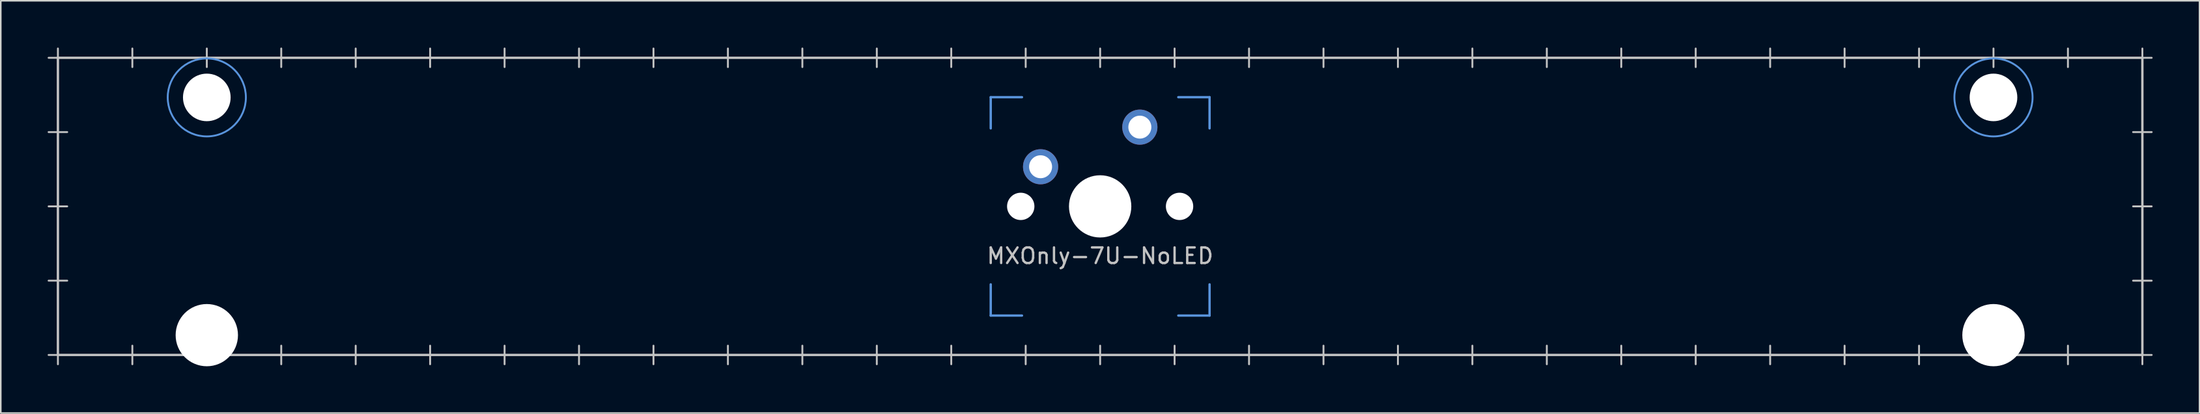
<source format=kicad_pcb>
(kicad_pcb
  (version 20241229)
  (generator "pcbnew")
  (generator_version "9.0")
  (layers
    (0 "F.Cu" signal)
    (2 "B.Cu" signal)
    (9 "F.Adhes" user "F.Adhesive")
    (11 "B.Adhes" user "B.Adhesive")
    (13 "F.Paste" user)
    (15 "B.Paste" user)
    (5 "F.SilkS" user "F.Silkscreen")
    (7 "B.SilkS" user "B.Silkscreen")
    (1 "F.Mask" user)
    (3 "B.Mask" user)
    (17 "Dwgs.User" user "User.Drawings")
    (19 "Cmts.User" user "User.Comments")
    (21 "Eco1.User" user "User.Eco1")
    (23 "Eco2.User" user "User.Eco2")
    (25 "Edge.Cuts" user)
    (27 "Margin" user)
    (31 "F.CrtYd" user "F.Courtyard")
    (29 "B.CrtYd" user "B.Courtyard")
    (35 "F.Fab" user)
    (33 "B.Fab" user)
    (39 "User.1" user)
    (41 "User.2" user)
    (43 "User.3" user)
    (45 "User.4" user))
  (footprint "MXOnly-7U-NoLED"
    (layer "F.Cu")
    (at 67.33 10.18)
    (property "Reference" "MXOnly-7U-NoLED" (at 0 3.175 0) (layer "Dwgs.User") (effects (font (size 1 1) (thickness 0.15))))
    (attr through_hole)
    (fp_line (start -67.27 -9.525) (end -66.675 -9.525) (stroke (width 0.12) (type solid)) (layer "Dwgs.User"))
    (fp_line (start -67.27 -0.000008) (end -66.08 -0.000008) (stroke (width 0.12) (type solid)) (layer "Dwgs.User"))
    (fp_line (start -67.27 4.762) (end -66.08 4.762) (stroke (width 0.12) (type solid)) (layer "Dwgs.User"))
    (fp_line (start -67.27 9.525) (end -66.675 9.525) (stroke (width 0.12) (type solid)) (layer "Dwgs.User"))
    (fp_line (start -66.675 10.12) (end -66.675 9.525) (stroke (width 0.12) (type solid)) (layer "Dwgs.User"))
    (fp_line (start -66.675 -10.12) (end -66.675 -9.525) (stroke (width 0.12) (type solid)) (layer "Dwgs.User"))
    (fp_line (start -66.675 -9.525) (end 66.675 -9.525) (stroke (width 0.15) (type solid)) (layer "Dwgs.User"))
    (fp_line (start -66.675 9.525) (end -66.675 -9.525) (stroke (width 0.15) (type solid)) (layer "Dwgs.User"))
    (fp_line (start -66.675 9.525) (end 66.675 9.525) (stroke (width 0.15) (type solid)) (layer "Dwgs.User"))
    (fp_line (start -66.08 -4.763) (end -67.27 -4.763) (stroke (width 0.12) (type solid)) (layer "Dwgs.User"))
    (fp_line (start -61.913 8.93) (end -61.913 10.12) (stroke (width 0.12) (type solid)) (layer "Dwgs.User"))
    (fp_line (start -61.913 -10.12) (end -61.913 -8.93) (stroke (width 0.12) (type solid)) (layer "Dwgs.User"))
    (fp_line (start -57.15 8.93) (end -57.15 10.12) (stroke (width 0.12) (type solid)) (layer "Dwgs.User"))
    (fp_line (start -57.15 -10.12) (end -57.15 -8.93) (stroke (width 0.12) (type solid)) (layer "Dwgs.User"))
    (fp_line (start -52.388 10.12) (end -52.388 8.93) (stroke (width 0.12) (type solid)) (layer "Dwgs.User"))
    (fp_line (start -52.388 -8.93) (end -52.388 -10.12) (stroke (width 0.12) (type solid)) (layer "Dwgs.User"))
    (fp_line (start -47.625 8.93) (end -47.625 10.12) (stroke (width 0.12) (type solid)) (layer "Dwgs.User"))
    (fp_line (start -47.625 -10.12) (end -47.625 -8.93) (stroke (width 0.12) (type solid)) (layer "Dwgs.User"))
    (fp_line (start -42.863 10.12) (end -42.863 8.93) (stroke (width 0.12) (type solid)) (layer "Dwgs.User"))
    (fp_line (start -42.863 -8.93) (end -42.863 -10.12) (stroke (width 0.12) (type solid)) (layer "Dwgs.User"))
    (fp_line (start -38.1 8.93) (end -38.1 10.12) (stroke (width 0.12) (type solid)) (layer "Dwgs.User"))
    (fp_line (start -38.1 -10.12) (end -38.1 -8.93) (stroke (width 0.12) (type solid)) (layer "Dwgs.User"))
    (fp_line (start -33.338 10.12) (end -33.338 8.93) (stroke (width 0.12) (type solid)) (layer "Dwgs.User"))
    (fp_line (start -33.338 -8.93) (end -33.338 -10.12) (stroke (width 0.12) (type solid)) (layer "Dwgs.User"))
    (fp_line (start -28.575 8.93) (end -28.575 10.12) (stroke (width 0.12) (type solid)) (layer "Dwgs.User"))
    (fp_line (start -28.575 -10.12) (end -28.575 -8.93) (stroke (width 0.12) (type solid)) (layer "Dwgs.User"))
    (fp_line (start -23.813 10.12) (end -23.813 8.93) (stroke (width 0.12) (type solid)) (layer "Dwgs.User"))
    (fp_line (start -23.813 -8.93) (end -23.813 -10.12) (stroke (width 0.12) (type solid)) (layer "Dwgs.User"))
    (fp_line (start -19.05 8.93) (end -19.05 10.12) (stroke (width 0.12) (type solid)) (layer "Dwgs.User"))
    (fp_line (start -19.05 -10.12) (end -19.05 -8.93) (stroke (width 0.12) (type solid)) (layer "Dwgs.User"))
    (fp_line (start -14.288 10.12) (end -14.288 8.93) (stroke (width 0.12) (type solid)) (layer "Dwgs.User"))
    (fp_line (start -14.288 -8.93) (end -14.288 -10.12) (stroke (width 0.12) (type solid)) (layer "Dwgs.User"))
    (fp_line (start -9.525 -8.93) (end -9.525 -10.12) (stroke (width 0.12) (type solid)) (layer "Dwgs.User"))
    (fp_line (start -9.525 10.12) (end -9.525 8.93) (stroke (width 0.12) (type solid)) (layer "Dwgs.User"))
    (fp_line (start -4.763 -10.12) (end -4.763 -8.93) (stroke (width 0.12) (type solid)) (layer "Dwgs.User"))
    (fp_line (start -4.763 8.93) (end -4.763 10.12) (stroke (width 0.12) (type solid)) (layer "Dwgs.User"))
    (fp_line (start 0 -8.93) (end 0 -10.12) (stroke (width 0.12) (type solid)) (layer "Dwgs.User"))
    (fp_line (start 0 10.12) (end 0 8.93) (stroke (width 0.12) (type solid)) (layer "Dwgs.User"))
    (fp_line (start 4.763 -10.12) (end 4.763 -8.93) (stroke (width 0.12) (type solid)) (layer "Dwgs.User"))
    (fp_line (start 4.763 8.93) (end 4.763 10.12) (stroke (width 0.12) (type solid)) (layer "Dwgs.User"))
    (fp_line (start 9.525 -8.93) (end 9.525 -10.12) (stroke (width 0.12) (type solid)) (layer "Dwgs.User"))
    (fp_line (start 9.525 10.12) (end 9.525 8.93) (stroke (width 0.12) (type solid)) (layer "Dwgs.User"))
    (fp_line (start 14.288 -10.12) (end 14.288 -8.93) (stroke (width 0.12) (type solid)) (layer "Dwgs.User"))
    (fp_line (start 14.288 8.93) (end 14.288 10.12) (stroke (width 0.12) (type solid)) (layer "Dwgs.User"))
    (fp_line (start 19.05 -8.93) (end 19.05 -10.12) (stroke (width 0.12) (type solid)) (layer "Dwgs.User"))
    (fp_line (start 19.05 10.12) (end 19.05 8.93) (stroke (width 0.12) (type solid)) (layer "Dwgs.User"))
    (fp_line (start 23.813 -10.12) (end 23.813 -8.93) (stroke (width 0.12) (type solid)) (layer "Dwgs.User"))
    (fp_line (start 23.813 8.93) (end 23.813 10.12) (stroke (width 0.12) (type solid)) (layer "Dwgs.User"))
    (fp_line (start 28.575 -8.93) (end 28.575 -10.12) (stroke (width 0.12) (type solid)) (layer "Dwgs.User"))
    (fp_line (start 28.575 10.12) (end 28.575 8.93) (stroke (width 0.12) (type solid)) (layer "Dwgs.User"))
    (fp_line (start 33.338 -10.12) (end 33.338 -8.93) (stroke (width 0.12) (type solid)) (layer "Dwgs.User"))
    (fp_line (start 33.338 8.93) (end 33.338 10.12) (stroke (width 0.12) (type solid)) (layer "Dwgs.User"))
    (fp_line (start 38.1 -8.93) (end 38.1 -10.12) (stroke (width 0.12) (type solid)) (layer "Dwgs.User"))
    (fp_line (start 38.1 10.12) (end 38.1 8.93) (stroke (width 0.12) (type solid)) (layer "Dwgs.User"))
    (fp_line (start 42.863 -10.12) (end 42.863 -8.93) (stroke (width 0.12) (type solid)) (layer "Dwgs.User"))
    (fp_line (start 42.863 8.93) (end 42.863 10.12) (stroke (width 0.12) (type solid)) (layer "Dwgs.User"))
    (fp_line (start 47.625 -8.93) (end 47.625 -10.12) (stroke (width 0.12) (type solid)) (layer "Dwgs.User"))
    (fp_line (start 47.625 10.12) (end 47.625 8.93) (stroke (width 0.12) (type solid)) (layer "Dwgs.User"))
    (fp_line (start 52.388 -10.12) (end 52.388 -8.93) (stroke (width 0.12) (type solid)) (layer "Dwgs.User"))
    (fp_line (start 52.388 8.93) (end 52.388 10.12) (stroke (width 0.12) (type solid)) (layer "Dwgs.User"))
    (fp_line (start 57.15 -8.93) (end 57.15 -10.12) (stroke (width 0.12) (type solid)) (layer "Dwgs.User"))
    (fp_line (start 57.15 10.12) (end 57.15 8.93) (stroke (width 0.12) (type solid)) (layer "Dwgs.User"))
    (fp_line (start 61.913 -10.12) (end 61.913 -8.93) (stroke (width 0.12) (type solid)) (layer "Dwgs.User"))
    (fp_line (start 61.913 8.93) (end 61.913 10.12) (stroke (width 0.12) (type solid)) (layer "Dwgs.User"))
    (fp_line (start 66.08 4.763) (end 67.27 4.763) (stroke (width 0.12) (type solid)) (layer "Dwgs.User"))
    (fp_line (start 66.675 -9.525) (end 66.675 9.525) (stroke (width 0.15) (type solid)) (layer "Dwgs.User"))
    (fp_line (start 66.675 10.12) (end 66.675 9.525) (stroke (width 0.12) (type solid)) (layer "Dwgs.User"))
    (fp_line (start 66.675 -10.12) (end 66.675 -9.525) (stroke (width 0.12) (type solid)) (layer "Dwgs.User"))
    (fp_line (start 67.27 -9.525) (end 66.675 -9.525) (stroke (width 0.12) (type solid)) (layer "Dwgs.User"))
    (fp_line (start 67.27 -4.763) (end 66.08 -4.763) (stroke (width 0.12) (type solid)) (layer "Dwgs.User"))
    (fp_line (start 67.27 0) (end 66.08 0) (stroke (width 0.12) (type solid)) (layer "Dwgs.User"))
    (fp_line (start 67.27 9.525) (end 66.675 9.525) (stroke (width 0.12) (type solid)) (layer "Dwgs.User"))
    (fp_line (start -7 -7) (end -7 -5) (stroke (width 0.15) (type solid)) (layer "Cmts.User"))
    (fp_line (start -7 7) (end -7 5) (stroke (width 0.15) (type solid)) (layer "Cmts.User"))
    (fp_line (start -5 -7) (end -7 -7) (stroke (width 0.15) (type solid)) (layer "Cmts.User"))
    (fp_line (start -5 7) (end -7 7) (stroke (width 0.15) (type solid)) (layer "Cmts.User"))
    (fp_line (start 5 -7) (end 7 -7) (stroke (width 0.15) (type solid)) (layer "Cmts.User"))
    (fp_line (start 7 -7) (end 7 -5) (stroke (width 0.15) (type solid)) (layer "Cmts.User"))
    (fp_line (start 7 5) (end 7 7) (stroke (width 0.15) (type solid)) (layer "Cmts.User"))
    (fp_line (start 7 7) (end 5 7) (stroke (width 0.15) (type solid)) (layer "Cmts.User"))
    (fp_circle (center -57.15 -6.985) (end -54.65 -6.985) (stroke (width 0.12) (type solid)) (fill no) (layer "Cmts.User"))
    (fp_circle (center 57.15 -6.985) (end 59.65 -6.985) (stroke (width 0.12) (type solid)) (fill no) (layer "Cmts.User"))
    (pad "" np_thru_hole circle (at -57.15 -6.985) (size 3.048 3.048) (drill 3.048) (layers "*.Cu" "*.Mask"))
    (pad "" np_thru_hole circle (at -57.15 8.255) (size 3.988 3.988) (drill 3.988) (layers "*.Cu" "*.Mask"))
    (pad "" np_thru_hole circle (at -5.08 0 48.1) (size 1.75 1.75) (drill 1.75) (layers "*.Cu" "*.Mask"))
    (pad "" np_thru_hole circle (at 0 0) (size 3.988 3.988) (drill 3.988) (layers "*.Cu" "*.Mask"))
    (pad "" np_thru_hole circle (at 5.08 0 48.1) (size 1.75 1.75) (drill 1.75) (layers "*.Cu" "*.Mask"))
    (pad "" np_thru_hole circle (at 57.15 -6.985) (size 3.048 3.048) (drill 3.048) (layers "*.Cu" "*.Mask"))
    (pad "" np_thru_hole circle (at 57.15 8.255) (size 3.988 3.988) (drill 3.988) (layers "*.Cu" "*.Mask"))
    (pad "1" thru_hole circle (at -3.81 -2.54) (size 2.25 2.25) (drill 1.47) (layers "*.Cu" "B.Mask"))
    (pad "2" thru_hole circle (at 2.54 -5.08) (size 2.25 2.25) (drill 1.47) (layers "*.Cu" "B.Mask")))
  (gr_rect
    (start -3 -3)
    (end 137.661 23.429)
    (stroke (width 0.1) (type default))
    (fill no)
    (layer "Edge.Cuts")))
</source>
